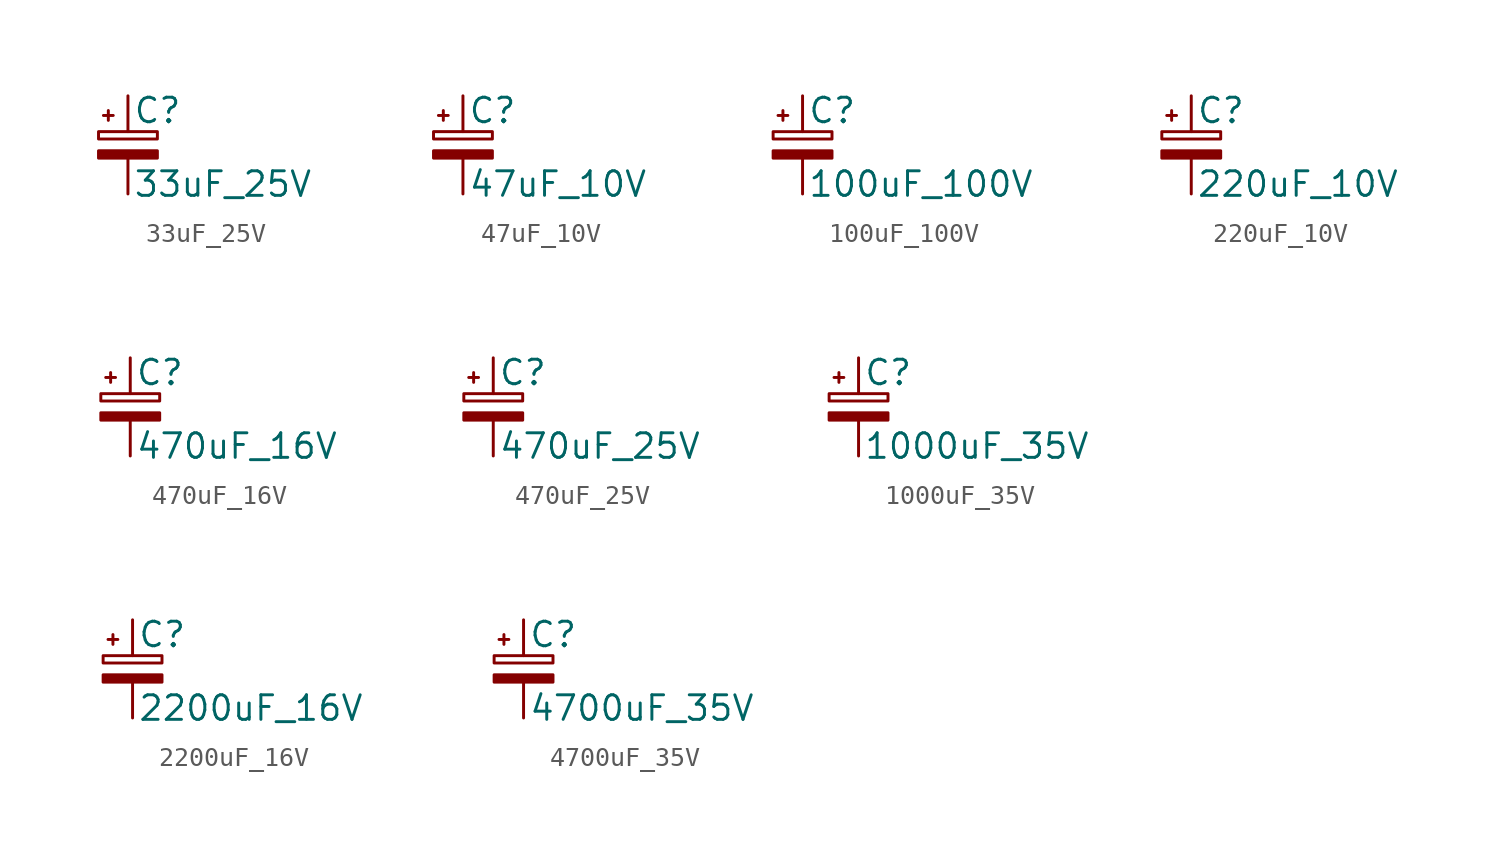
<source format=kicad_sym>
(kicad_symbol_lib
  (version 20211014)
  (generator kicad_symbol_editor)
  (symbol "33uF_25V"
    (pin_numbers hide)
    (pin_names
      (offset 0.254) hide)
    (property "Reference" "C"
      (at 0.254 1.778 0)
      (effects (font (size 1.27 1.27)) (justify left)))
    (property "Value" "33uF_25V"
      (at 0.254 -2.032 0)
      (effects (font (size 1.27 1.27)) (justify left)))
    (symbol "33uF_25V_0_1"
      (rectangle (start -1.524 -0.305) (end 1.524 -0.686) (stroke (width 0) (type default) (color 0 0 0 0)) (fill (type outline)))
      (rectangle (start -1.524 0.686) (end 1.524 0.305) (stroke (width 0) (type default) (color 0 0 0 0)) (fill (type none)))
      (polyline (pts (xy -1.27 1.524) (xy -0.762 1.524)) (stroke (width 0) (type default) (color 0 0 0 0)) (fill (type none)))
      (polyline (pts (xy -1.016 1.27) (xy -1.016 1.778)) (stroke (width 0) (type default) (color 0 0 0 0)) (fill (type none))))
    (symbol "33uF_25V_1_1"
      (pin passive line (at 0 2.54 270) (length 1.854) (name "~" (effects (font (size 1.27 1.27)))) (number "1" (effects (font (size 1.27 1.27)))))
      (pin passive line (at 0 -2.54 90) (length 1.854) (name "~" (effects (font (size 1.27 1.27)))) (number "2" (effects (font (size 1.27 1.27)))))))
  (symbol "47uF_10V"
    (pin_numbers hide)
    (pin_names
      (offset 0.254) hide)
    (property "Reference" "C"
      (at 0.254 1.778 0)
      (effects (font (size 1.27 1.27)) (justify left)))
    (property "Value" "47uF_10V"
      (at 0.254 -2.032 0)
      (effects (font (size 1.27 1.27)) (justify left)))
    (symbol "47uF_10V_0_1"
      (rectangle (start -1.524 -0.305) (end 1.524 -0.686) (stroke (width 0) (type default) (color 0 0 0 0)) (fill (type outline)))
      (rectangle (start -1.524 0.686) (end 1.524 0.305) (stroke (width 0) (type default) (color 0 0 0 0)) (fill (type none)))
      (polyline (pts (xy -1.27 1.524) (xy -0.762 1.524)) (stroke (width 0) (type default) (color 0 0 0 0)) (fill (type none)))
      (polyline (pts (xy -1.016 1.27) (xy -1.016 1.778)) (stroke (width 0) (type default) (color 0 0 0 0)) (fill (type none))))
    (symbol "47uF_10V_1_1"
      (pin passive line (at 0 2.54 270) (length 1.854) (name "~" (effects (font (size 1.27 1.27)))) (number "1" (effects (font (size 1.27 1.27)))))
      (pin passive line (at 0 -2.54 90) (length 1.854) (name "~" (effects (font (size 1.27 1.27)))) (number "2" (effects (font (size 1.27 1.27)))))))
  (symbol "100uF_100V"
    (pin_numbers hide)
    (pin_names
      (offset 0.254) hide)
    (property "Reference" "C"
      (at 0.254 1.778 0)
      (effects (font (size 1.27 1.27)) (justify left)))
    (property "Value" "100uF_100V"
      (at 0.254 -2.032 0)
      (effects (font (size 1.27 1.27)) (justify left)))
    (symbol "100uF_100V_0_1"
      (rectangle (start -1.524 -0.305) (end 1.524 -0.686) (stroke (width 0) (type default) (color 0 0 0 0)) (fill (type outline)))
      (rectangle (start -1.524 0.686) (end 1.524 0.305) (stroke (width 0) (type default) (color 0 0 0 0)) (fill (type none)))
      (polyline (pts (xy -1.27 1.524) (xy -0.762 1.524)) (stroke (width 0) (type default) (color 0 0 0 0)) (fill (type none)))
      (polyline (pts (xy -1.016 1.27) (xy -1.016 1.778)) (stroke (width 0) (type default) (color 0 0 0 0)) (fill (type none))))
    (symbol "100uF_100V_1_1"
      (pin passive line (at 0 2.54 270) (length 1.854) (name "~" (effects (font (size 1.27 1.27)))) (number "1" (effects (font (size 1.27 1.27)))))
      (pin passive line (at 0 -2.54 90) (length 1.854) (name "~" (effects (font (size 1.27 1.27)))) (number "2" (effects (font (size 1.27 1.27)))))))
  (symbol "220uF_10V"
    (pin_numbers hide)
    (pin_names
      (offset 0.254) hide)
    (property "Reference" "C"
      (at 0.254 1.778 0)
      (effects (font (size 1.27 1.27)) (justify left)))
    (property "Value" "220uF_10V"
      (at 0.254 -2.032 0)
      (effects (font (size 1.27 1.27)) (justify left)))
    (symbol "220uF_10V_0_1"
      (rectangle (start -1.524 -0.305) (end 1.524 -0.686) (stroke (width 0) (type default) (color 0 0 0 0)) (fill (type outline)))
      (rectangle (start -1.524 0.686) (end 1.524 0.305) (stroke (width 0) (type default) (color 0 0 0 0)) (fill (type none)))
      (polyline (pts (xy -1.27 1.524) (xy -0.762 1.524)) (stroke (width 0) (type default) (color 0 0 0 0)) (fill (type none)))
      (polyline (pts (xy -1.016 1.27) (xy -1.016 1.778)) (stroke (width 0) (type default) (color 0 0 0 0)) (fill (type none))))
    (symbol "220uF_10V_1_1"
      (pin passive line (at 0 2.54 270) (length 1.854) (name "~" (effects (font (size 1.27 1.27)))) (number "1" (effects (font (size 1.27 1.27)))))
      (pin passive line (at 0 -2.54 90) (length 1.854) (name "~" (effects (font (size 1.27 1.27)))) (number "2" (effects (font (size 1.27 1.27)))))))
  (symbol "470uF_16V"
    (pin_numbers hide)
    (pin_names
      (offset 0.254) hide)
    (property "Reference" "C"
      (at 0.254 1.778 0)
      (effects (font (size 1.27 1.27)) (justify left)))
    (property "Value" "470uF_16V"
      (at 0.254 -2.032 0)
      (effects (font (size 1.27 1.27)) (justify left)))
    (symbol "470uF_16V_0_1"
      (rectangle (start -1.524 -0.305) (end 1.524 -0.686) (stroke (width 0) (type default) (color 0 0 0 0)) (fill (type outline)))
      (rectangle (start -1.524 0.686) (end 1.524 0.305) (stroke (width 0) (type default) (color 0 0 0 0)) (fill (type none)))
      (polyline (pts (xy -1.27 1.524) (xy -0.762 1.524)) (stroke (width 0) (type default) (color 0 0 0 0)) (fill (type none)))
      (polyline (pts (xy -1.016 1.27) (xy -1.016 1.778)) (stroke (width 0) (type default) (color 0 0 0 0)) (fill (type none))))
    (symbol "470uF_16V_1_1"
      (pin passive line (at 0 2.54 270) (length 1.854) (name "~" (effects (font (size 1.27 1.27)))) (number "1" (effects (font (size 1.27 1.27)))))
      (pin passive line (at 0 -2.54 90) (length 1.854) (name "~" (effects (font (size 1.27 1.27)))) (number "2" (effects (font (size 1.27 1.27)))))))
  (symbol "470uF_25V"
    (pin_numbers hide)
    (pin_names
      (offset 0.254) hide)
    (property "Reference" "C"
      (at 0.254 1.778 0)
      (effects (font (size 1.27 1.27)) (justify left)))
    (property "Value" "470uF_25V"
      (at 0.254 -2.032 0)
      (effects (font (size 1.27 1.27)) (justify left)))
    (symbol "470uF_25V_0_1"
      (rectangle (start -1.524 -0.305) (end 1.524 -0.686) (stroke (width 0) (type default) (color 0 0 0 0)) (fill (type outline)))
      (rectangle (start -1.524 0.686) (end 1.524 0.305) (stroke (width 0) (type default) (color 0 0 0 0)) (fill (type none)))
      (polyline (pts (xy -1.27 1.524) (xy -0.762 1.524)) (stroke (width 0) (type default) (color 0 0 0 0)) (fill (type none)))
      (polyline (pts (xy -1.016 1.27) (xy -1.016 1.778)) (stroke (width 0) (type default) (color 0 0 0 0)) (fill (type none))))
    (symbol "470uF_25V_1_1"
      (pin passive line (at 0 2.54 270) (length 1.854) (name "~" (effects (font (size 1.27 1.27)))) (number "1" (effects (font (size 1.27 1.27)))))
      (pin passive line (at 0 -2.54 90) (length 1.854) (name "~" (effects (font (size 1.27 1.27)))) (number "2" (effects (font (size 1.27 1.27)))))))
  (symbol "1000uF_35V"
    (pin_numbers hide)
    (pin_names
      (offset 0.254) hide)
    (property "Reference" "C"
      (at 0.254 1.778 0)
      (effects (font (size 1.27 1.27)) (justify left)))
    (property "Value" "1000uF_35V"
      (at 0.254 -2.032 0)
      (effects (font (size 1.27 1.27)) (justify left)))
    (symbol "1000uF_35V_0_1"
      (rectangle (start -1.524 -0.305) (end 1.524 -0.686) (stroke (width 0) (type default) (color 0 0 0 0)) (fill (type outline)))
      (rectangle (start -1.524 0.686) (end 1.524 0.305) (stroke (width 0) (type default) (color 0 0 0 0)) (fill (type none)))
      (polyline (pts (xy -1.27 1.524) (xy -0.762 1.524)) (stroke (width 0) (type default) (color 0 0 0 0)) (fill (type none)))
      (polyline (pts (xy -1.016 1.27) (xy -1.016 1.778)) (stroke (width 0) (type default) (color 0 0 0 0)) (fill (type none))))
    (symbol "1000uF_35V_1_1"
      (pin passive line (at 0 2.54 270) (length 1.854) (name "~" (effects (font (size 1.27 1.27)))) (number "1" (effects (font (size 1.27 1.27)))))
      (pin passive line (at 0 -2.54 90) (length 1.854) (name "~" (effects (font (size 1.27 1.27)))) (number "2" (effects (font (size 1.27 1.27)))))))
  (symbol "2200uF_16V"
    (pin_numbers hide)
    (pin_names
      (offset 0.254) hide)
    (property "Reference" "C"
      (at 0.254 1.778 0)
      (effects (font (size 1.27 1.27)) (justify left)))
    (property "Value" "2200uF_16V"
      (at 0.254 -2.032 0)
      (effects (font (size 1.27 1.27)) (justify left)))
    (symbol "2200uF_16V_0_1"
      (rectangle (start -1.524 -0.305) (end 1.524 -0.686) (stroke (width 0) (type default) (color 0 0 0 0)) (fill (type outline)))
      (rectangle (start -1.524 0.686) (end 1.524 0.305) (stroke (width 0) (type default) (color 0 0 0 0)) (fill (type none)))
      (polyline (pts (xy -1.27 1.524) (xy -0.762 1.524)) (stroke (width 0) (type default) (color 0 0 0 0)) (fill (type none)))
      (polyline (pts (xy -1.016 1.27) (xy -1.016 1.778)) (stroke (width 0) (type default) (color 0 0 0 0)) (fill (type none))))
    (symbol "2200uF_16V_1_1"
      (pin passive line (at 0 2.54 270) (length 1.854) (name "~" (effects (font (size 1.27 1.27)))) (number "1" (effects (font (size 1.27 1.27)))))
      (pin passive line (at 0 -2.54 90) (length 1.854) (name "~" (effects (font (size 1.27 1.27)))) (number "2" (effects (font (size 1.27 1.27)))))))
  (symbol "4700uF_35V"
    (pin_numbers hide)
    (pin_names
      (offset 0.254) hide)
    (property "Reference" "C"
      (at 0.254 1.778 0)
      (effects (font (size 1.27 1.27)) (justify left)))
    (property "Value" "4700uF_35V"
      (at 0.254 -2.032 0)
      (effects (font (size 1.27 1.27)) (justify left)))
    (symbol "4700uF_35V_0_1"
      (rectangle (start -1.524 -0.305) (end 1.524 -0.686) (stroke (width 0) (type default) (color 0 0 0 0)) (fill (type outline)))
      (rectangle (start -1.524 0.686) (end 1.524 0.305) (stroke (width 0) (type default) (color 0 0 0 0)) (fill (type none)))
      (polyline (pts (xy -1.27 1.524) (xy -0.762 1.524)) (stroke (width 0) (type default) (color 0 0 0 0)) (fill (type none)))
      (polyline (pts (xy -1.016 1.27) (xy -1.016 1.778)) (stroke (width 0) (type default) (color 0 0 0 0)) (fill (type none))))
    (symbol "4700uF_35V_1_1"
      (pin passive line (at 0 2.54 270) (length 1.854) (name "~" (effects (font (size 1.27 1.27)))) (number "1" (effects (font (size 1.27 1.27)))))
      (pin passive line (at 0 -2.54 90) (length 1.854) (name "~" (effects (font (size 1.27 1.27)))) (number "2" (effects (font (size 1.27 1.27))))))))
</source>
